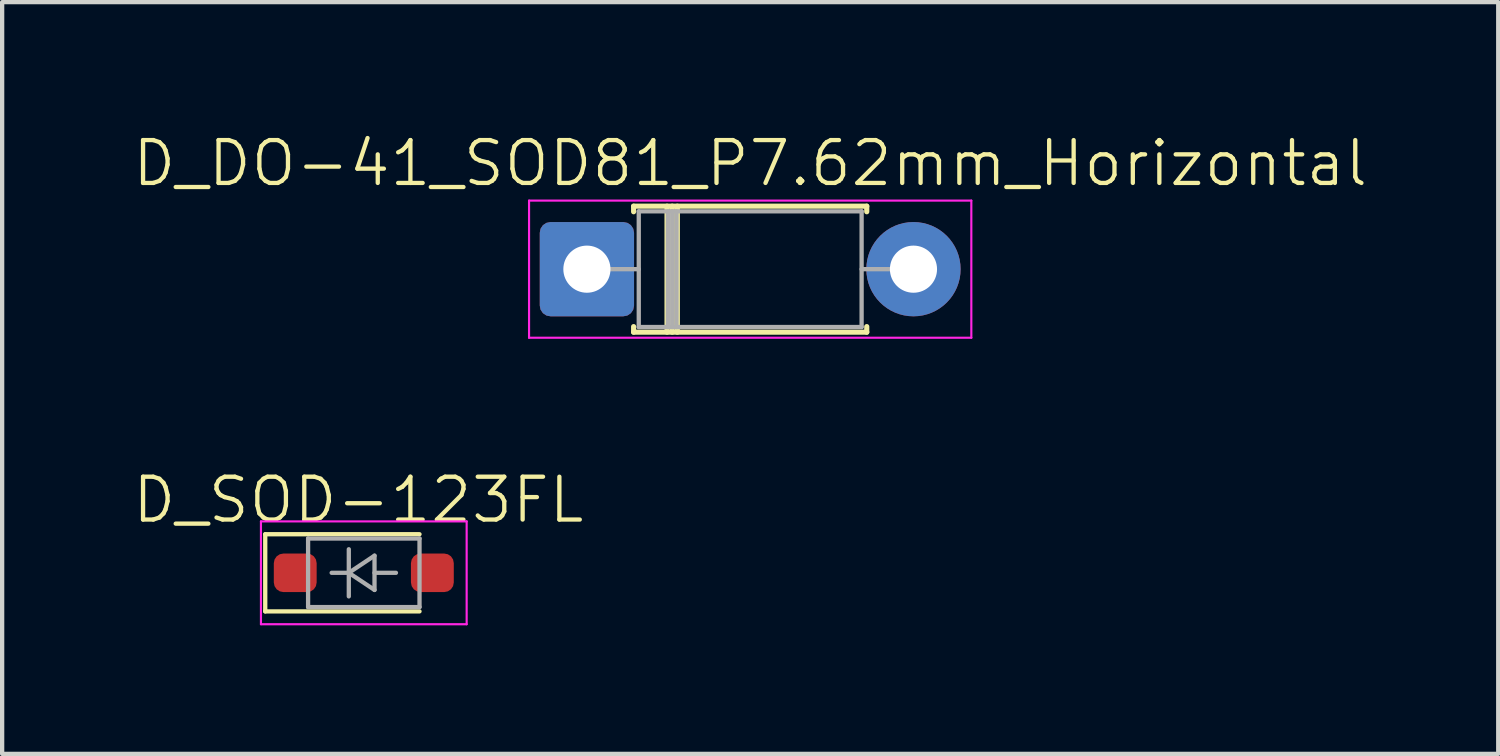
<source format=kicad_pcb>
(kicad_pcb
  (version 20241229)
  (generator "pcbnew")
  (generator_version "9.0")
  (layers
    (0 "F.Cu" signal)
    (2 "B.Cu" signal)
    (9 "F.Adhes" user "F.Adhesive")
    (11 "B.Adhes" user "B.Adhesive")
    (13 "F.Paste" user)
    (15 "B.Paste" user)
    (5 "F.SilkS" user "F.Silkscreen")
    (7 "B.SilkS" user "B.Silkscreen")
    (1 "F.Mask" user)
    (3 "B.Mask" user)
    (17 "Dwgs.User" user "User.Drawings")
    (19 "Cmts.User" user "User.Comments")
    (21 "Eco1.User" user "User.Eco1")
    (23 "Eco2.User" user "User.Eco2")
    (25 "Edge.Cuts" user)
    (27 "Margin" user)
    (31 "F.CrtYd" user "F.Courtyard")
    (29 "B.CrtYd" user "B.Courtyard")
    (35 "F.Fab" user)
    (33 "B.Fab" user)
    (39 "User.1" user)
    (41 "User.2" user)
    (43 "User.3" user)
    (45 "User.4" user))
  (footprint "D_DO-41_SOD81_P7.62mm_Horizontal"
    (layer "F.Cu")
    (at 14.455 3.231)
    (property "Reference" "D_DO-41_SOD81_P7.62mm_Horizontal" (at 0 -2.47 0) (layer "F.SilkS") (effects (font (size 1 1) (thickness 0.1))))
    (attr through_hole)
    (fp_line (start -2.72 -1.47) (end 2.72 -1.47) (stroke (width 0.12) (type solid)) (layer "F.SilkS"))
    (fp_line (start -2.72 -1.34) (end -2.72 -1.47) (stroke (width 0.12) (type solid)) (layer "F.SilkS"))
    (fp_line (start -2.72 1.34) (end -2.72 1.47) (stroke (width 0.12) (type solid)) (layer "F.SilkS"))
    (fp_line (start -2.72 1.47) (end 2.72 1.47) (stroke (width 0.12) (type solid)) (layer "F.SilkS"))
    (fp_line (start -1.94 -1.47) (end -1.94 1.47) (stroke (width 0.12) (type solid)) (layer "F.SilkS"))
    (fp_line (start -1.82 -1.47) (end -1.82 1.47) (stroke (width 0.12) (type solid)) (layer "F.SilkS"))
    (fp_line (start -1.7 -1.47) (end -1.7 1.47) (stroke (width 0.12) (type solid)) (layer "F.SilkS"))
    (fp_line (start 2.72 -1.47) (end 2.72 -1.34) (stroke (width 0.12) (type solid)) (layer "F.SilkS"))
    (fp_line (start 2.72 1.47) (end 2.72 1.34) (stroke (width 0.12) (type solid)) (layer "F.SilkS"))
    (fp_line (start -5.16 -1.6) (end -5.16 1.6) (stroke (width 0.05) (type solid)) (layer "F.CrtYd"))
    (fp_line (start -5.16 1.6) (end 5.16 1.6) (stroke (width 0.05) (type solid)) (layer "F.CrtYd"))
    (fp_line (start 5.16 -1.6) (end -5.16 -1.6) (stroke (width 0.05) (type solid)) (layer "F.CrtYd"))
    (fp_line (start 5.16 1.6) (end 5.16 -1.6) (stroke (width 0.05) (type solid)) (layer "F.CrtYd"))
    (fp_line (start -3.81 0) (end -2.6 0) (stroke (width 0.1) (type solid)) (layer "F.Fab"))
    (fp_line (start -2.6 -1.35) (end -2.6 1.35) (stroke (width 0.1) (type solid)) (layer "F.Fab"))
    (fp_line (start -2.6 1.35) (end 2.6 1.35) (stroke (width 0.1) (type solid)) (layer "F.Fab"))
    (fp_line (start -1.92 -1.35) (end -1.92 1.35) (stroke (width 0.1) (type solid)) (layer "F.Fab"))
    (fp_line (start -1.82 -1.35) (end -1.82 1.35) (stroke (width 0.1) (type solid)) (layer "F.Fab"))
    (fp_line (start -1.72 -1.35) (end -1.72 1.35) (stroke (width 0.1) (type solid)) (layer "F.Fab"))
    (fp_line (start 2.6 -1.35) (end -2.6 -1.35) (stroke (width 0.1) (type solid)) (layer "F.Fab"))
    (fp_line (start 2.6 1.35) (end 2.6 -1.35) (stroke (width 0.1) (type solid)) (layer "F.Fab"))
    (fp_line (start 3.81 0) (end 2.6 0) (stroke (width 0.1) (type solid)) (layer "F.Fab"))
    (pad "1" thru_hole roundrect (at -3.81 0) (size 2.2 2.2) (drill 1.1) (layers "*.Cu" "*.Mask") (roundrect_rratio 0.114))
    (pad "2" thru_hole oval (at 3.81 0) (size 2.2 2.2) (drill 1.1) (layers "*.Cu" "*.Mask")))
  (footprint "D_SOD-123FL"
    (layer "F.Cu")
    (at 5.439 10.316)
    (property "Reference" "D_SOD-123FL" (at -0.127 -1.7 0) (layer "F.SilkS") (effects (font (size 1 1) (thickness 0.1))))
    (attr smd)
    (fp_line (start -2.3 -0.9) (end -2.3 0.9) (stroke (width 0.1) (type solid)) (layer "F.SilkS"))
    (fp_line (start -2.3 -0.9) (end 1.3 -0.9) (stroke (width 0.1) (type solid)) (layer "F.SilkS"))
    (fp_line (start -2.3 0.9) (end 1.3 0.9) (stroke (width 0.1) (type solid)) (layer "F.SilkS"))
    (fp_line (start -2.4 -1.2) (end -2.4 1.2) (stroke (width 0.05) (type solid)) (layer "F.CrtYd"))
    (fp_line (start -2.4 -1.2) (end 2.4 -1.2) (stroke (width 0.05) (type solid)) (layer "F.CrtYd"))
    (fp_line (start 2.4 -1.2) (end 2.4 1.2) (stroke (width 0.05) (type solid)) (layer "F.CrtYd"))
    (fp_line (start 2.4 1.2) (end -2.4 1.2) (stroke (width 0.05) (type solid)) (layer "F.CrtYd"))
    (fp_line (start -1.3 -0.8) (end 1.3 -0.8) (stroke (width 0.1) (type solid)) (layer "F.Fab"))
    (fp_line (start -1.3 0.8) (end -1.3 -0.8) (stroke (width 0.1) (type solid)) (layer "F.Fab"))
    (fp_line (start -0.75 0) (end -0.35 0) (stroke (width 0.1) (type solid)) (layer "F.Fab"))
    (fp_line (start -0.35 0) (end -0.35 -0.55) (stroke (width 0.1) (type solid)) (layer "F.Fab"))
    (fp_line (start -0.35 0) (end -0.35 0.55) (stroke (width 0.1) (type solid)) (layer "F.Fab"))
    (fp_line (start -0.35 0) (end 0.25 -0.4) (stroke (width 0.1) (type solid)) (layer "F.Fab"))
    (fp_line (start 0.25 -0.4) (end 0.25 0.4) (stroke (width 0.1) (type solid)) (layer "F.Fab"))
    (fp_line (start 0.25 0) (end 0.75 0) (stroke (width 0.1) (type solid)) (layer "F.Fab"))
    (fp_line (start 0.25 0.4) (end -0.35 0) (stroke (width 0.1) (type solid)) (layer "F.Fab"))
    (fp_line (start 1.3 -0.8) (end 1.3 0.8) (stroke (width 0.1) (type solid)) (layer "F.Fab"))
    (fp_line (start 1.3 0.8) (end -1.3 0.8) (stroke (width 0.1) (type solid)) (layer "F.Fab"))
    (pad "1" smd roundrect (at -1.6 0) (size 1 0.9) (layers "F.Cu" "F.Mask" "F.Paste") (roundrect_rratio 0.25))
    (pad "2" smd roundrect (at 1.6 0) (size 1 0.9) (layers "F.Cu" "F.Mask" "F.Paste") (roundrect_rratio 0.25)))
  (gr_rect
    (start -3 -3)
    (end 31.91 14.541)
    (stroke (width 0.1) (type default))
    (fill no)
    (layer "Edge.Cuts")))
</source>
